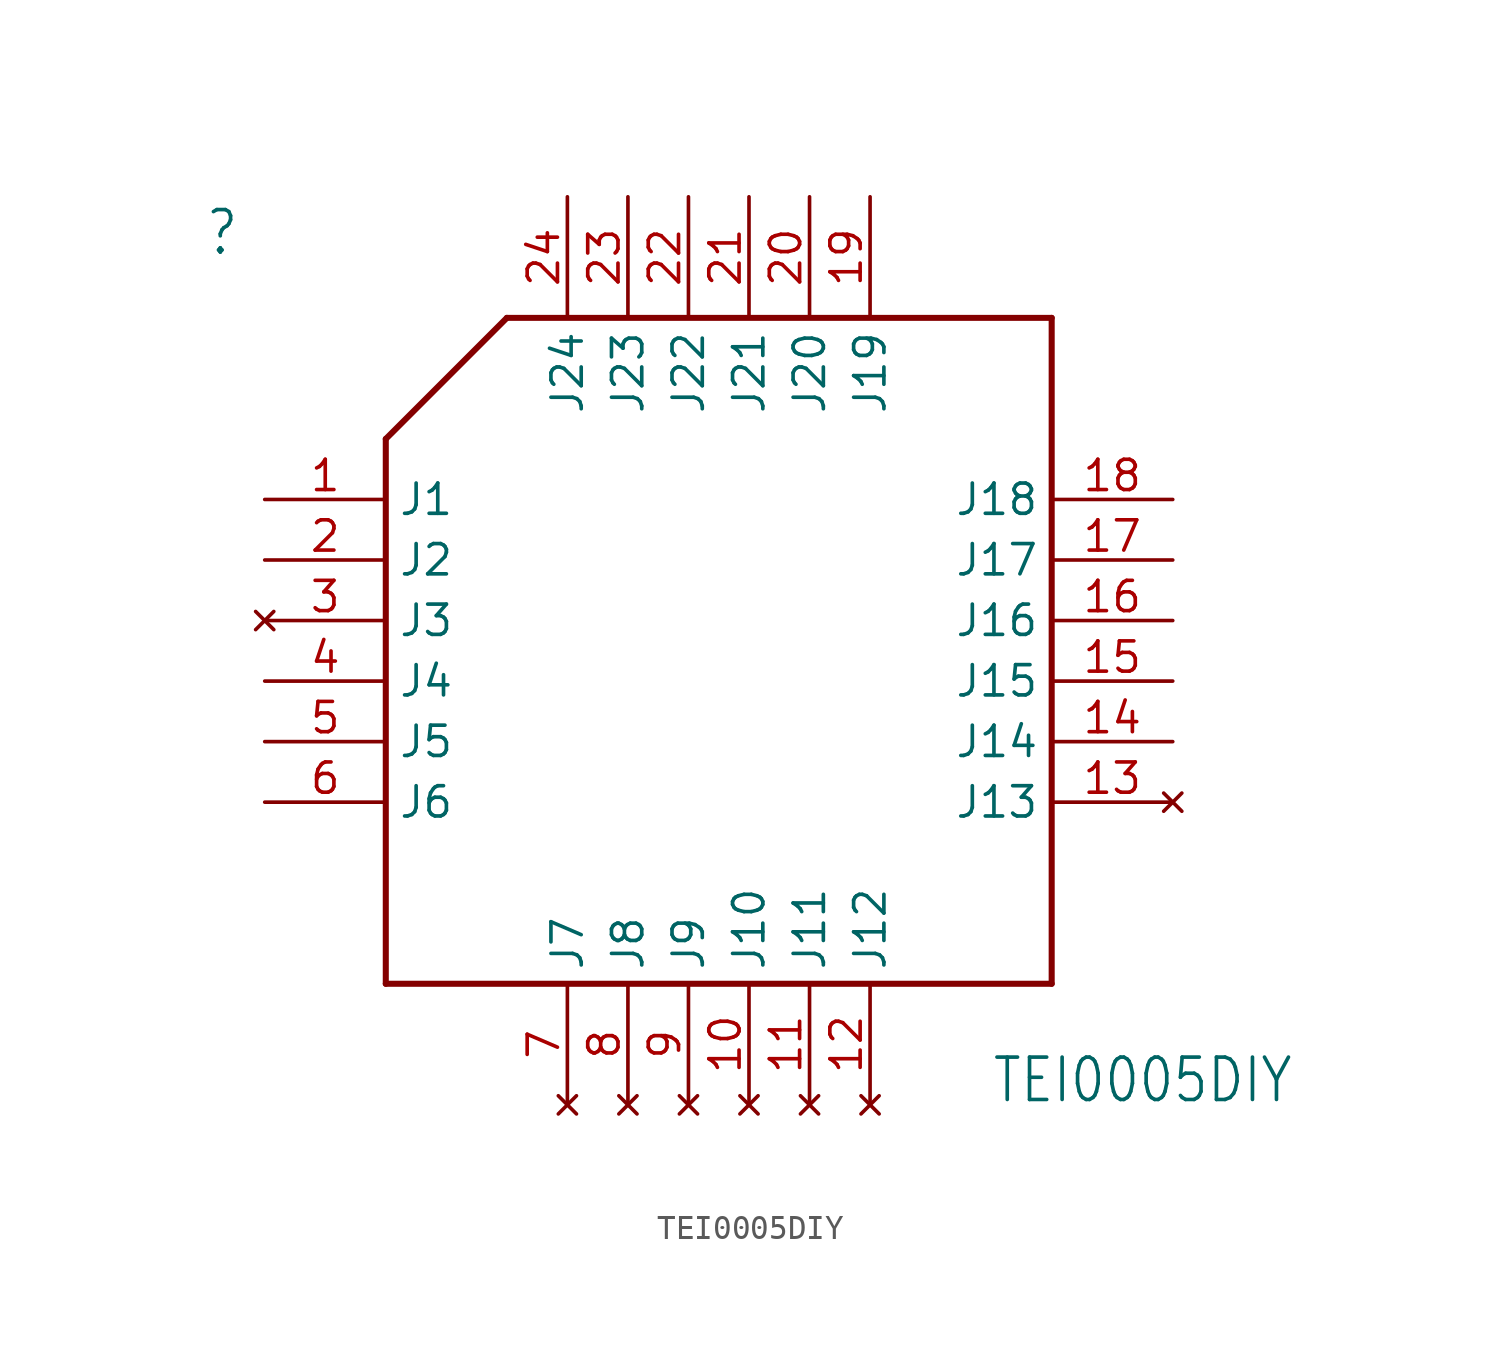
<source format=kicad_sym>
(kicad_symbol_lib
  (version 20211014)
  (generator kicad_symbol_editor)
  (symbol "TEI0005DIY"
    (property "Reference" ""
      (at -17.78 27.94 0)
      (effects (font (size 1.778 1.511)) (justify left bottom)))
    (property "Value" "TEI0005DIY"
      (at 15.24 -7.62 0)
      (effects (font (size 1.778 1.511)) (justify left bottom)))
    (property "ki_locked" ""
      (at 0 0 0)
      (effects (font (size 1.27 1.27))))
    (symbol "TEI0005DIY_1_0"
      (polyline (pts (xy -10.16 -2.54) (xy 17.78 -2.54)) (stroke (width 0.254) (type default) (color 0 0 0 0)) (fill (type none)))
      (polyline (pts (xy -10.16 20.32) (xy -10.16 -2.54)) (stroke (width 0.254) (type default) (color 0 0 0 0)) (fill (type none)))
      (polyline (pts (xy -5.08 25.4) (xy -10.16 20.32)) (stroke (width 0.254) (type default) (color 0 0 0 0)) (fill (type none)))
      (polyline (pts (xy 17.78 -2.54) (xy 17.78 25.4)) (stroke (width 0.254) (type default) (color 0 0 0 0)) (fill (type none)))
      (polyline (pts (xy 17.78 25.4) (xy -5.08 25.4)) (stroke (width 0.254) (type default) (color 0 0 0 0)) (fill (type none)))
      (pin output line (at -15.24 17.78 0) (length 5.08) (name "J1" (effects (font (size 1.27 1.27)))) (number "1" (effects (font (size 1.27 1.27)))))
      (pin no_connect line (at 5.08 -7.62 90) (length 5.08) (name "J10" (effects (font (size 1.27 1.27)))) (number "10" (effects (font (size 1.27 1.27)))))
      (pin no_connect line (at 7.62 -7.62 90) (length 5.08) (name "J11" (effects (font (size 1.27 1.27)))) (number "11" (effects (font (size 1.27 1.27)))))
      (pin no_connect line (at 10.16 -7.62 90) (length 5.08) (name "J12" (effects (font (size 1.27 1.27)))) (number "12" (effects (font (size 1.27 1.27)))))
      (pin no_connect line (at 22.86 5.08 180) (length 5.08) (name "J13" (effects (font (size 1.27 1.27)))) (number "13" (effects (font (size 1.27 1.27)))))
      (pin bidirectional line (at 22.86 7.62 180) (length 5.08) (name "J14" (effects (font (size 1.27 1.27)))) (number "14" (effects (font (size 1.27 1.27)))))
      (pin bidirectional line (at 22.86 10.16 180) (length 5.08) (name "J15" (effects (font (size 1.27 1.27)))) (number "15" (effects (font (size 1.27 1.27)))))
      (pin bidirectional line (at 22.86 12.7 180) (length 5.08) (name "J16" (effects (font (size 1.27 1.27)))) (number "16" (effects (font (size 1.27 1.27)))))
      (pin power_in line (at 22.86 15.24 180) (length 5.08) (name "J17" (effects (font (size 1.27 1.27)))) (number "17" (effects (font (size 1.27 1.27)))))
      (pin output line (at 22.86 17.78 180) (length 5.08) (name "J18" (effects (font (size 1.27 1.27)))) (number "18" (effects (font (size 1.27 1.27)))))
      (pin output line (at 10.16 30.48 270) (length 5.08) (name "J19" (effects (font (size 1.27 1.27)))) (number "19" (effects (font (size 1.27 1.27)))))
      (pin bidirectional line (at -15.24 15.24 0) (length 5.08) (name "J2" (effects (font (size 1.27 1.27)))) (number "2" (effects (font (size 1.27 1.27)))))
      (pin power_in line (at 7.62 30.48 270) (length 5.08) (name "J20" (effects (font (size 1.27 1.27)))) (number "20" (effects (font (size 1.27 1.27)))))
      (pin output line (at 5.08 30.48 270) (length 5.08) (name "J21" (effects (font (size 1.27 1.27)))) (number "21" (effects (font (size 1.27 1.27)))))
      (pin output line (at 2.54 30.48 270) (length 5.08) (name "J22" (effects (font (size 1.27 1.27)))) (number "22" (effects (font (size 1.27 1.27)))))
      (pin input line (at 0 30.48 270) (length 5.08) (name "J23" (effects (font (size 1.27 1.27)))) (number "23" (effects (font (size 1.27 1.27)))))
      (pin input line (at -2.54 30.48 270) (length 5.08) (name "J24" (effects (font (size 1.27 1.27)))) (number "24" (effects (font (size 1.27 1.27)))))
      (pin no_connect line (at -15.24 12.7 0) (length 5.08) (name "J3" (effects (font (size 1.27 1.27)))) (number "3" (effects (font (size 1.27 1.27)))))
      (pin output line (at -15.24 10.16 0) (length 5.08) (name "J4" (effects (font (size 1.27 1.27)))) (number "4" (effects (font (size 1.27 1.27)))))
      (pin bidirectional line (at -15.24 7.62 0) (length 5.08) (name "J5" (effects (font (size 1.27 1.27)))) (number "5" (effects (font (size 1.27 1.27)))))
      (pin bidirectional line (at -15.24 5.08 0) (length 5.08) (name "J6" (effects (font (size 1.27 1.27)))) (number "6" (effects (font (size 1.27 1.27)))))
      (pin no_connect line (at -2.54 -7.62 90) (length 5.08) (name "J7" (effects (font (size 1.27 1.27)))) (number "7" (effects (font (size 1.27 1.27)))))
      (pin no_connect line (at 0 -7.62 90) (length 5.08) (name "J8" (effects (font (size 1.27 1.27)))) (number "8" (effects (font (size 1.27 1.27)))))
      (pin no_connect line (at 2.54 -7.62 90) (length 5.08) (name "J9" (effects (font (size 1.27 1.27)))) (number "9" (effects (font (size 1.27 1.27))))))))
</source>
